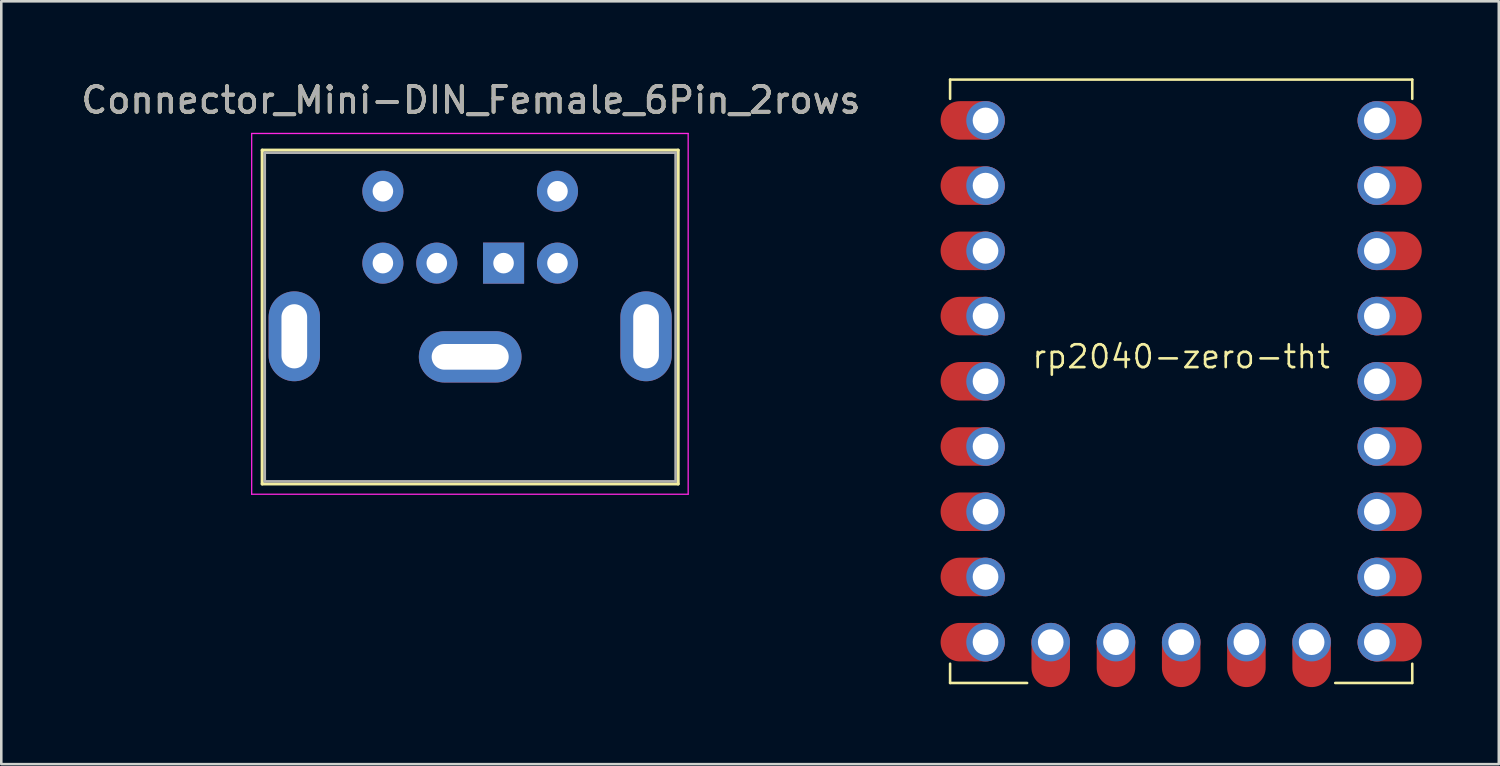
<source format=kicad_pcb>
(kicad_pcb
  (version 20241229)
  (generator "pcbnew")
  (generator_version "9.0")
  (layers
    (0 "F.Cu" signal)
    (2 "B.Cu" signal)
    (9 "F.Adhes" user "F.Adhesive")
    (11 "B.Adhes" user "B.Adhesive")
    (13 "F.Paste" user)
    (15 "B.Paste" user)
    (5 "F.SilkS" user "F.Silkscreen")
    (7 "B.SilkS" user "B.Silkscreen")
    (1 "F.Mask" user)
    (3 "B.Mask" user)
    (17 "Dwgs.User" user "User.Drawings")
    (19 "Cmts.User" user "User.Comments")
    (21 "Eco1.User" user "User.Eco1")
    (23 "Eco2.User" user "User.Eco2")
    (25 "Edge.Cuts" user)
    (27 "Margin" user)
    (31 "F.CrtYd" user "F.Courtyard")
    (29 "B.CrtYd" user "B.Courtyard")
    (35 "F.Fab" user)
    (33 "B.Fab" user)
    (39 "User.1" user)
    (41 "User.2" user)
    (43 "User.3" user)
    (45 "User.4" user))
  (footprint "rp2040-zero-tht"
    (layer "F.Cu")
    (at 42.953 11.8)
    (property "Reference" "rp2040-zero-tht" (at 0 -0.96 0) (layer "F.SilkS") (effects (font (size 0.889 0.889) (thickness 0.102))))
    (attr through_hole exclude_from_pos_files)
    (fp_line (start -9 -11.75) (end -9 -11) (stroke (width 0.1) (type default)) (layer "F.SilkS"))
    (fp_line (start -9 -11.75) (end 9 -11.75) (stroke (width 0.1) (type default)) (layer "F.SilkS"))
    (fp_line (start -9 11.75) (end -9 11) (stroke (width 0.1) (type default)) (layer "F.SilkS"))
    (fp_line (start -9 11.75) (end -6 11.75) (stroke (width 0.1) (type default)) (layer "F.SilkS"))
    (fp_line (start 9 -11.75) (end 9 -11) (stroke (width 0.1) (type default)) (layer "F.SilkS"))
    (fp_line (start 9 11.75) (end 6 11.75) (stroke (width 0.1) (type default)) (layer "F.SilkS"))
    (fp_line (start 9 11.75) (end 9 11) (stroke (width 0.1) (type default)) (layer "F.SilkS"))
    (pad "1" thru_hole oval (at 7.62 -10.16) (size 1.5 1.5) (drill 1) (layers "*.Cu" "*.Mask"))
    (pad "1" smd oval (at 8.12 -10.16) (size 2.5 1.5) (layers "F.Cu" "F.Mask" "F.Paste"))
    (pad "2" thru_hole oval (at 7.62 -7.62) (size 1.5 1.5) (drill 1) (layers "*.Cu" "*.Mask"))
    (pad "2" smd oval (at 8.12 -7.62) (size 2.5 1.5) (layers "F.Cu" "F.Mask" "F.Paste"))
    (pad "3" thru_hole oval (at 7.62 -5.08) (size 1.5 1.5) (drill 1) (layers "*.Cu" "*.Mask"))
    (pad "3" smd oval (at 8.12 -5.08) (size 2.5 1.5) (layers "F.Cu" "F.Mask" "F.Paste"))
    (pad "4" thru_hole oval (at 7.62 -2.54) (size 1.5 1.5) (drill 1) (layers "*.Cu" "*.Mask"))
    (pad "4" smd oval (at 8.12 -2.54) (size 2.5 1.5) (layers "F.Cu" "F.Mask" "F.Paste"))
    (pad "5" thru_hole oval (at 7.62 0) (size 1.5 1.5) (drill 1) (layers "*.Cu" "*.Mask"))
    (pad "5" smd oval (at 8.12 0) (size 2.5 1.5) (layers "F.Cu" "F.Mask" "F.Paste"))
    (pad "6" thru_hole oval (at 7.62 2.54) (size 1.5 1.5) (drill 1) (layers "*.Cu" "*.Mask"))
    (pad "6" smd oval (at 8.12 2.54) (size 2.5 1.5) (layers "F.Cu" "F.Mask" "F.Paste"))
    (pad "7" thru_hole oval (at 7.62 5.08) (size 1.5 1.5) (drill 1) (layers "*.Cu" "*.Mask"))
    (pad "7" smd oval (at 8.12 5.08) (size 2.5 1.5) (layers "F.Cu" "F.Mask" "F.Paste"))
    (pad "8" thru_hole oval (at 7.62 7.62) (size 1.5 1.5) (drill 1) (layers "*.Cu" "*.Mask"))
    (pad "8" smd oval (at 8.12 7.62) (size 2.5 1.5) (layers "F.Cu" "F.Mask" "F.Paste"))
    (pad "9" thru_hole oval (at 7.62 10.16) (size 1.5 1.5) (drill 1) (layers "*.Cu" "*.Mask"))
    (pad "9" smd oval (at 8.12 10.16) (size 2.5 1.5) (layers "F.Cu" "F.Mask" "F.Paste"))
    (pad "10" thru_hole oval (at 5.08 10.16) (size 1.5 1.5) (drill 1) (layers "*.Cu" "*.Mask"))
    (pad "10" smd oval (at 5.08 10.66 90) (size 2.5 1.5) (layers "F.Cu" "F.Mask" "F.Paste"))
    (pad "11" thru_hole oval (at 2.54 10.16) (size 1.5 1.5) (drill 1) (layers "*.Cu" "*.Mask"))
    (pad "11" smd oval (at 2.54 10.66 90) (size 2.5 1.5) (layers "F.Cu" "F.Mask" "F.Paste"))
    (pad "12" thru_hole oval (at 0 10.16) (size 1.5 1.5) (drill 1) (layers "*.Cu" "*.Mask"))
    (pad "12" smd oval (at 0 10.66 90) (size 2.5 1.5) (layers "F.Cu" "F.Mask" "F.Paste"))
    (pad "13" thru_hole oval (at -2.54 10.16) (size 1.5 1.5) (drill 1) (layers "*.Cu" "*.Mask"))
    (pad "13" smd oval (at -2.54 10.66 90) (size 2.5 1.5) (layers "F.Cu" "F.Mask" "F.Paste"))
    (pad "14" thru_hole oval (at -5.08 10.16) (size 1.5 1.5) (drill 1) (layers "*.Cu" "*.Mask"))
    (pad "14" smd oval (at -5.08 10.66 90) (size 2.5 1.5) (layers "F.Cu" "F.Mask" "F.Paste"))
    (pad "15" smd oval (at -8.12 10.16) (size 2.5 1.5) (layers "F.Cu" "F.Mask" "F.Paste"))
    (pad "15" thru_hole oval (at -7.62 10.16) (size 1.5 1.5) (drill 1) (layers "*.Cu" "*.Mask"))
    (pad "16" smd oval (at -8.12 7.62) (size 2.5 1.5) (layers "F.Cu" "F.Mask" "F.Paste"))
    (pad "16" thru_hole oval (at -7.62 7.62) (size 1.5 1.5) (drill 1) (layers "*.Cu" "*.Mask"))
    (pad "17" smd oval (at -8.12 5.08) (size 2.5 1.5) (layers "F.Cu" "F.Mask" "F.Paste"))
    (pad "17" thru_hole oval (at -7.62 5.08) (size 1.5 1.5) (drill 1) (layers "*.Cu" "*.Mask"))
    (pad "18" smd oval (at -8.12 2.54) (size 2.5 1.5) (layers "F.Cu" "F.Mask" "F.Paste"))
    (pad "18" thru_hole oval (at -7.62 2.54) (size 1.5 1.5) (drill 1) (layers "*.Cu" "*.Mask"))
    (pad "19" smd oval (at -8.12 0) (size 2.5 1.5) (layers "F.Cu" "F.Mask" "F.Paste"))
    (pad "19" thru_hole oval (at -7.62 0) (size 1.5 1.5) (drill 1) (layers "*.Cu" "*.Mask"))
    (pad "20" smd oval (at -8.12 -2.54) (size 2.5 1.5) (layers "F.Cu" "F.Mask" "F.Paste"))
    (pad "20" thru_hole oval (at -7.62 -2.54) (size 1.5 1.5) (drill 1) (layers "*.Cu" "*.Mask"))
    (pad "21" smd oval (at -8.12 -5.08) (size 2.5 1.5) (layers "F.Cu" "F.Mask" "F.Paste"))
    (pad "21" thru_hole oval (at -7.62 -5.08) (size 1.5 1.5) (drill 1) (layers "*.Cu" "*.Mask"))
    (pad "22" smd oval (at -8.12 -10.16) (size 2.5 1.5) (layers "F.Cu" "F.Mask" "F.Paste"))
    (pad "22" thru_hole oval (at -7.62 -10.16) (size 1.5 1.5) (drill 1) (layers "*.Cu" "*.Mask"))
    (pad "23" smd oval (at -8.12 -7.62) (size 2.5 1.5) (layers "F.Cu" "F.Mask" "F.Paste"))
    (pad "23" thru_hole oval (at -7.62 -7.62) (size 1.5 1.5) (drill 1) (layers "*.Cu" "*.Mask")))
  (footprint "Connector_Mini-DIN_Female_6Pin_2rows"
    (layer "F.Cu")
    (at 16.562 7.198)
    (property "Reference" "Connector_Mini-DIN_Female_6Pin_2rows" (at -1.27 -6.35 0) (layer "F.SilkS") (effects (font (size 1 1) (thickness 0.15))))
    (attr through_hole)
    (fp_line (start -9.4 -4.4) (end -9.4 8.6) (stroke (width 0.12) (type solid)) (layer "F.SilkS"))
    (fp_line (start -9.4 -4.4) (end 6.8 -4.4) (stroke (width 0.12) (type solid)) (layer "F.SilkS"))
    (fp_line (start -9.4 8.6) (end 6.8 8.6) (stroke (width 0.12) (type solid)) (layer "F.SilkS"))
    (fp_line (start 6.8 -4.4) (end 6.8 8.6) (stroke (width 0.12) (type solid)) (layer "F.SilkS"))
    (fp_line (start -9.81 -5.05) (end -9.81 9) (stroke (width 0.05) (type solid)) (layer "F.CrtYd"))
    (fp_line (start -9.81 -5.05) (end 7.19 -5.05) (stroke (width 0.05) (type solid)) (layer "F.CrtYd"))
    (fp_line (start 7.19 9) (end -9.81 9) (stroke (width 0.05) (type solid)) (layer "F.CrtYd"))
    (fp_line (start 7.19 9) (end 7.19 -5.05) (stroke (width 0.05) (type solid)) (layer "F.CrtYd"))
    (fp_line (start -9.3 -4.3) (end 6.7 -4.3) (stroke (width 0.1) (type solid)) (layer "F.Fab"))
    (fp_line (start -9.3 8.5) (end -9.3 -4.3) (stroke (width 0.1) (type solid)) (layer "F.Fab"))
    (fp_line (start 6.7 -4.3) (end 6.7 8.5) (stroke (width 0.1) (type solid)) (layer "F.Fab"))
    (fp_line (start 6.7 8.5) (end -9.3 8.5) (stroke (width 0.1) (type solid)) (layer "F.Fab"))
    (fp_text user "${REFERENCE}" (at -1.27 -6.35 0) (layer "F.Fab") (effects (font (size 1 1) (thickness 0.15))))
    (pad "1" thru_hole rect (at 0 0) (size 1.6 1.6) (drill 0.8) (layers "*.Cu" "*.Mask"))
    (pad "2" thru_hole circle (at -2.6 0) (size 1.6 1.6) (drill 0.8) (layers "*.Cu" "*.Mask"))
    (pad "3" thru_hole oval (at -8.15 2.85) (size 2 3.5) (drill oval 1 2.5) (layers "*.Cu" "*.Mask"))
    (pad "3" thru_hole oval (at -1.3 3.65) (size 4 2) (drill oval 3 1) (layers "*.Cu" "*.Mask"))
    (pad "3" thru_hole circle (at 2.1 0) (size 1.6 1.6) (drill 0.8) (layers "*.Cu" "*.Mask"))
    (pad "3" thru_hole oval (at 5.55 2.85) (size 2 3.5) (drill oval 1 2.5) (layers "*.Cu" "*.Mask"))
    (pad "4" thru_hole circle (at -4.7 0) (size 1.6 1.6) (drill 0.8) (layers "*.Cu" "*.Mask"))
    (pad "5" thru_hole circle (at 2.1 -2.8) (size 1.6 1.6) (drill 0.8) (layers "*.Cu" "*.Mask"))
    (pad "6" thru_hole circle (at -4.7 -2.8) (size 1.6 1.6) (drill 0.8) (layers "*.Cu" "*.Mask")))
  (gr_rect
    (start -3 -3)
    (end 55.323 26.71)
    (stroke (width 0.1) (type default))
    (fill no)
    (layer "Edge.Cuts")))
</source>
